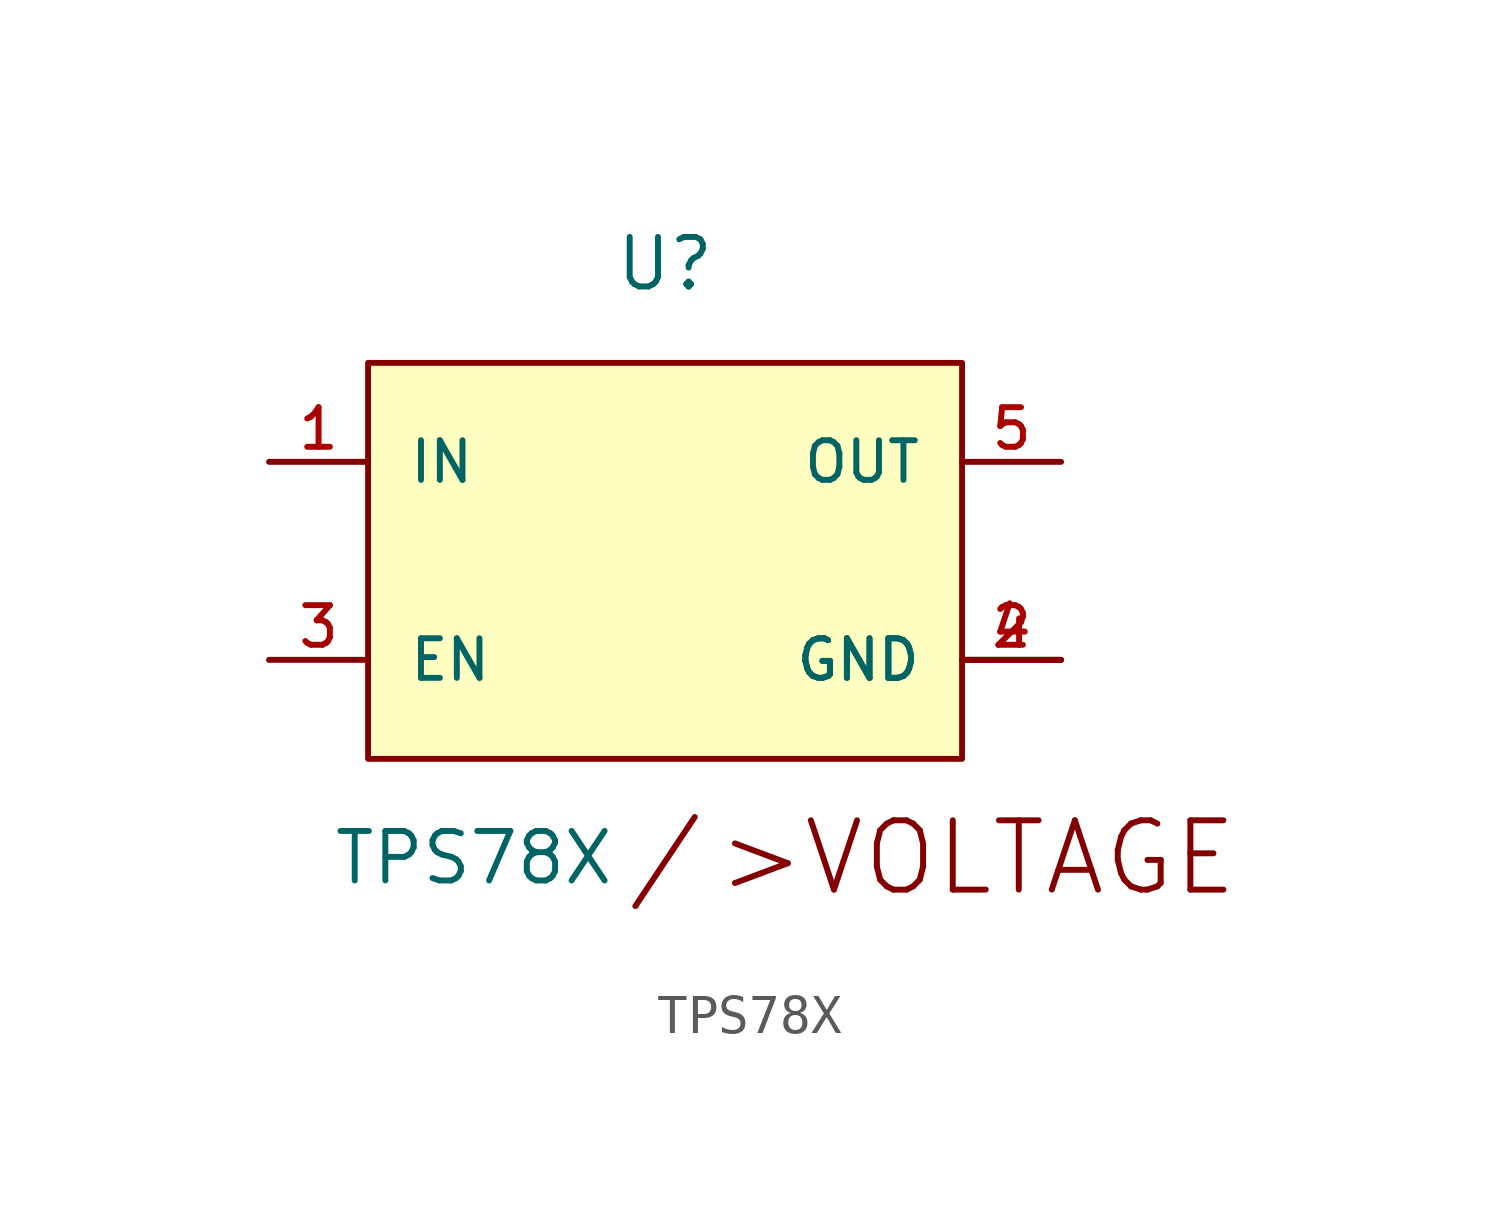
<source format=kicad_sym>
(kicad_symbol_lib
  (version 20211014)
  (generator kicad_symbol_editor)
  (symbol "TPS78X"
    (pin_names
      (offset 1.016))
    (property "Reference" "U"
      (at 0.0 7.62 0)
      (effects (font (size 1.27 1.27))))
    (property "Value" "TPS78X"
      (at -1.27 -7.62 0)
      (effects (font (size 1.27 1.27)) (justify right)))
    (symbol "TPS78X_0_0"
      (text ">VOLTAGE" (at 1.27 -7.62 0) (effects (font (size 1.778 1.778)) (justify left)))
      (text "/" (at 0.0 -7.62 0) (effects (font (size 1.778 1.778))))
      (rectangle (start -7.62 -5.08) (end 7.62 5.08) (stroke (width 0.15)) (fill (type background)))
      (pin power_in line (at -10.16 2.54 0) (length 2.54) (name "IN" (effects (font (size 1.016 1.016)))) (number "1" (effects (font (size 1.016 1.016)))))
      (pin power_in line (at 10.16 2.54 180.0) (length 2.54) (name "OUT" (effects (font (size 1.016 1.016)))) (number "5" (effects (font (size 1.016 1.016)))))
      (pin power_in line (at 10.16 -2.54 180.0) (length 2.54) (name "GND" (effects (font (size 1.016 1.016)))) (number "2" (effects (font (size 1.016 1.016)))))
      (pin power_in line (at 10.16 -2.54 180.0) (length 2.54) (name "GND" (effects (font (size 1.016 1.016)))) (number "4" (effects (font (size 1.016 1.016)))))
      (pin input line (at -10.16 -2.54 0) (length 2.54) (name "EN" (effects (font (size 1.016 1.016)))) (number "3" (effects (font (size 1.016 1.016))))))))
</source>
